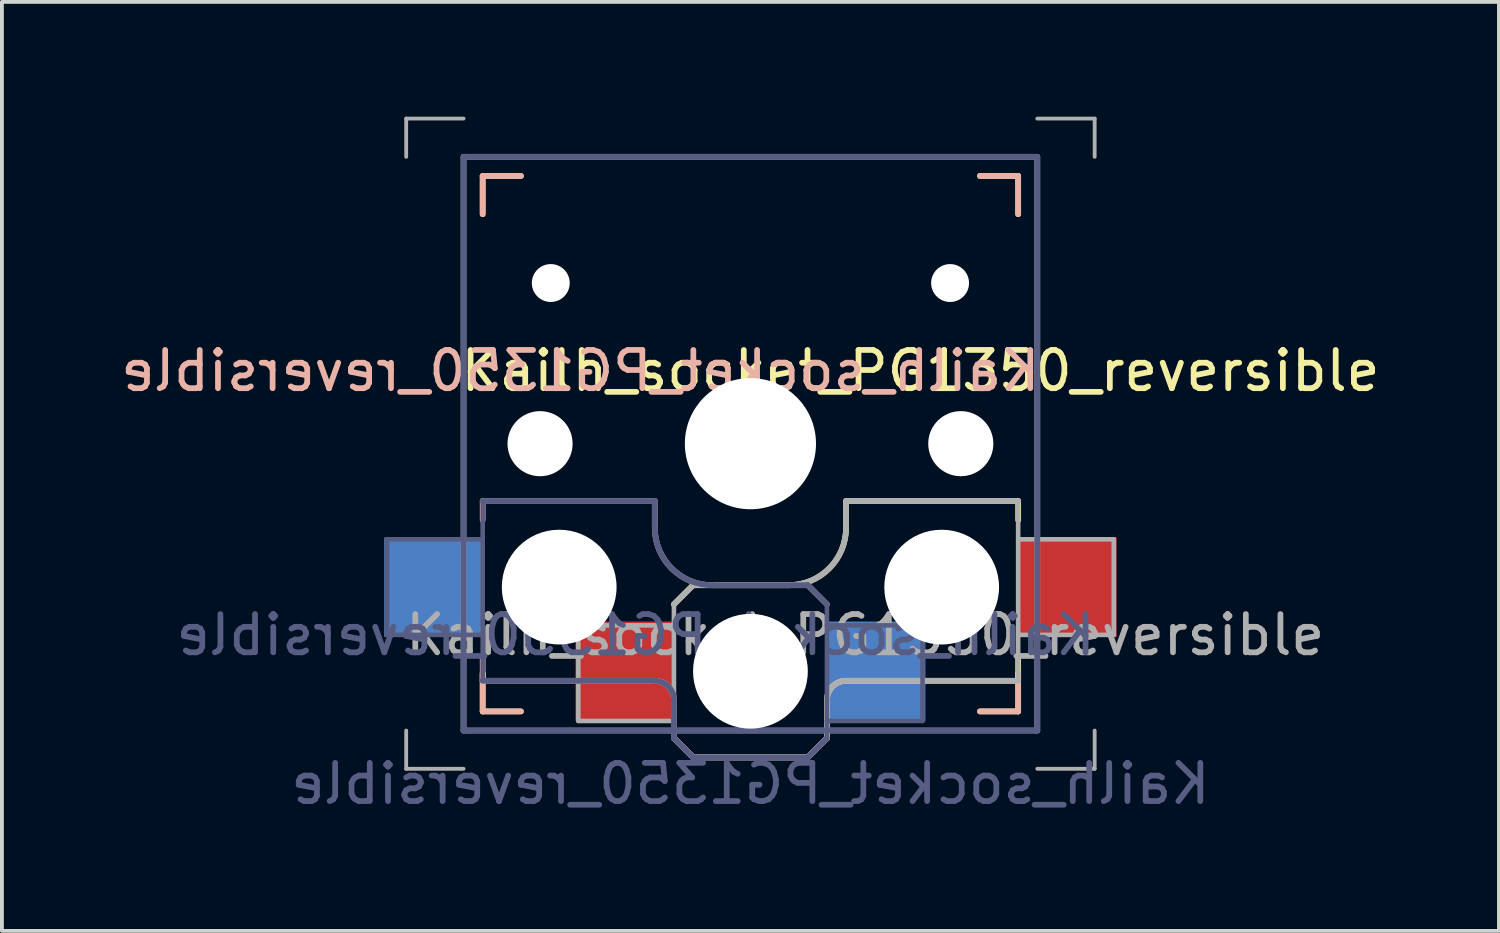
<source format=kicad_pcb>
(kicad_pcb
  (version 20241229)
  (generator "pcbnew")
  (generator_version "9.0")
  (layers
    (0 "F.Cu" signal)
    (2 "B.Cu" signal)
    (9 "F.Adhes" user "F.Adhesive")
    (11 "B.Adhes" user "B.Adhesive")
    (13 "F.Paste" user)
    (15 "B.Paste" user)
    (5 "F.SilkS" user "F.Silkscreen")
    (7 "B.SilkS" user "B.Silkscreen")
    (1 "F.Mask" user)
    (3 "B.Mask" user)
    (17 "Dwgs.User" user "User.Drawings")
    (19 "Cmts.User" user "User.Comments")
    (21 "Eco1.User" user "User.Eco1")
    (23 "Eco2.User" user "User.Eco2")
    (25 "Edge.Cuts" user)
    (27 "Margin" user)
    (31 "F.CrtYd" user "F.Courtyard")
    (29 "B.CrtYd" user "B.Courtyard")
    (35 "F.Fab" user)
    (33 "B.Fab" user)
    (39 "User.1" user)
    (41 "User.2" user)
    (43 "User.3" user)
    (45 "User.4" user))
  (footprint "Kailh_socket_PG1350_reversible"
    (layer "F.Cu")
    (at 16.57 8.55)
    (property "Reference" "Kailh_socket_PG1350_reversible" (at 4.445 -1.905 0) (layer "F.SilkS") (effects (font (size 1 1) (thickness 0.15))))
    (property "Value" "Kailh_socket_PG1350_reversible" (at 0 8.89 0) (layer "F.Fab") (hide yes) (effects (font (size 1 1) (thickness 0.15))))
    (attr smd)
    (fp_line (start -7 -7) (end -6 -7) (stroke (width 0.15) (type solid)) (layer "F.SilkS"))
    (fp_line (start -7 -6) (end -7 -7) (stroke (width 0.15) (type solid)) (layer "F.SilkS"))
    (fp_line (start -7 7) (end -7 6) (stroke (width 0.15) (type solid)) (layer "F.SilkS"))
    (fp_line (start -6 7) (end -7 7) (stroke (width 0.15) (type solid)) (layer "F.SilkS"))
    (fp_line (start -2 4.2) (end -1.5 3.7) (stroke (width 0.15) (type solid)) (layer "F.SilkS"))
    (fp_line (start -2 7.7) (end -1.5 8.2) (stroke (width 0.15) (type solid)) (layer "F.SilkS"))
    (fp_line (start -1.5 3.7) (end 1 3.7) (stroke (width 0.15) (type solid)) (layer "F.SilkS"))
    (fp_line (start -1.5 8.2) (end 1.5 8.2) (stroke (width 0.15) (type solid)) (layer "F.SilkS"))
    (fp_line (start 1.5 8.2) (end 2 7.7) (stroke (width 0.15) (type solid)) (layer "F.SilkS"))
    (fp_line (start 2 6.7) (end 2 7.7) (stroke (width 0.15) (type solid)) (layer "F.SilkS"))
    (fp_line (start 2.5 1.5) (end 7 1.5) (stroke (width 0.15) (type solid)) (layer "F.SilkS"))
    (fp_line (start 2.5 2.2) (end 2.5 1.5) (stroke (width 0.15) (type solid)) (layer "F.SilkS"))
    (fp_line (start 6 -7) (end 7 -7) (stroke (width 0.15) (type solid)) (layer "F.SilkS"))
    (fp_line (start 7 -7) (end 7 -6) (stroke (width 0.15) (type solid)) (layer "F.SilkS"))
    (fp_line (start 7 1.5) (end 7 2) (stroke (width 0.15) (type solid)) (layer "F.SilkS"))
    (fp_line (start 7 5.6) (end 7 6.2) (stroke (width 0.15) (type solid)) (layer "F.SilkS"))
    (fp_line (start 7 6) (end 7 7) (stroke (width 0.15) (type solid)) (layer "F.SilkS"))
    (fp_line (start 7 6.2) (end 2.5 6.2) (stroke (width 0.15) (type solid)) (layer "F.SilkS"))
    (fp_line (start 7 7) (end 6 7) (stroke (width 0.15) (type solid)) (layer "F.SilkS"))
    (fp_arc (start 2 6.7) (mid 2.146447 6.346447) (end 2.5 6.2) (stroke (width 0.15) (type solid)) (layer "F.SilkS"))
    (fp_arc (start 2.5 2.2) (mid 2.06066 3.26066) (end 1 3.7) (stroke (width 0.15) (type solid)) (layer "F.SilkS"))
    (fp_line (start -7 -7) (end -6 -7) (stroke (width 0.15) (type solid)) (layer "B.SilkS"))
    (fp_line (start -7 -6) (end -7 -7) (stroke (width 0.15) (type solid)) (layer "B.SilkS"))
    (fp_line (start -7 1.5) (end -7 2) (stroke (width 0.15) (type solid)) (layer "B.SilkS"))
    (fp_line (start -7 5.6) (end -7 6.2) (stroke (width 0.15) (type solid)) (layer "B.SilkS"))
    (fp_line (start -7 6.2) (end -2.5 6.2) (stroke (width 0.15) (type solid)) (layer "B.SilkS"))
    (fp_line (start -7 7) (end -7 6) (stroke (width 0.15) (type solid)) (layer "B.SilkS"))
    (fp_line (start -6 7) (end -7 7) (stroke (width 0.15) (type solid)) (layer "B.SilkS"))
    (fp_line (start -2.5 1.5) (end -7 1.5) (stroke (width 0.15) (type solid)) (layer "B.SilkS"))
    (fp_line (start -2.5 2.2) (end -2.5 1.5) (stroke (width 0.15) (type solid)) (layer "B.SilkS"))
    (fp_line (start -2 6.7) (end -2 7.7) (stroke (width 0.15) (type solid)) (layer "B.SilkS"))
    (fp_line (start -1.5 8.2) (end -2 7.7) (stroke (width 0.15) (type solid)) (layer "B.SilkS"))
    (fp_line (start 1.5 3.7) (end -1 3.7) (stroke (width 0.15) (type solid)) (layer "B.SilkS"))
    (fp_line (start 1.5 8.2) (end -1.5 8.2) (stroke (width 0.15) (type solid)) (layer "B.SilkS"))
    (fp_line (start 2 4.2) (end 1.5 3.7) (stroke (width 0.15) (type solid)) (layer "B.SilkS"))
    (fp_line (start 2 7.7) (end 1.5 8.2) (stroke (width 0.15) (type solid)) (layer "B.SilkS"))
    (fp_line (start 6 -7) (end 7 -7) (stroke (width 0.15) (type solid)) (layer "B.SilkS"))
    (fp_line (start 7 -7) (end 7 -6) (stroke (width 0.15) (type solid)) (layer "B.SilkS"))
    (fp_line (start 7 6) (end 7 7) (stroke (width 0.15) (type solid)) (layer "B.SilkS"))
    (fp_line (start 7 7) (end 6 7) (stroke (width 0.15) (type solid)) (layer "B.SilkS"))
    (fp_arc (start -2.5 6.2) (mid -2.146447 6.346447) (end -2 6.7) (stroke (width 0.15) (type solid)) (layer "B.SilkS"))
    (fp_arc (start -1 3.7) (mid -2.06066 3.26066) (end -2.5 2.2) (stroke (width 0.15) (type solid)) (layer "B.SilkS"))
    (fp_line (start -6.9 6.9) (end -6.9 -6.9) (stroke (width 0.15) (type solid)) (layer "Eco2.User"))
    (fp_line (start -6.9 6.9) (end 6.9 6.9) (stroke (width 0.15) (type solid)) (layer "Eco2.User"))
    (fp_line (start -2.6 -3.1) (end -2.6 -6.3) (stroke (width 0.15) (type solid)) (layer "Eco2.User"))
    (fp_line (start -2.6 -3.1) (end 2.6 -3.1) (stroke (width 0.15) (type solid)) (layer "Eco2.User"))
    (fp_line (start 2.6 -6.3) (end -2.6 -6.3) (stroke (width 0.15) (type solid)) (layer "Eco2.User"))
    (fp_line (start 2.6 -3.1) (end 2.6 -6.3) (stroke (width 0.15) (type solid)) (layer "Eco2.User"))
    (fp_line (start 6.9 -6.9) (end -6.9 -6.9) (stroke (width 0.15) (type solid)) (layer "Eco2.User"))
    (fp_line (start 6.9 -6.9) (end 6.9 6.9) (stroke (width 0.15) (type solid)) (layer "Eco2.User"))
    (fp_line (start -9.5 2.5) (end -7 2.5) (stroke (width 0.12) (type solid)) (layer "B.Fab"))
    (fp_line (start -9.5 5) (end -9.5 2.5) (stroke (width 0.12) (type solid)) (layer "B.Fab"))
    (fp_line (start -7.5 -7.5) (end 7.5 -7.5) (stroke (width 0.15) (type solid)) (layer "B.Fab"))
    (fp_line (start -7.5 7.5) (end -7.5 -7.5) (stroke (width 0.15) (type solid)) (layer "B.Fab"))
    (fp_line (start -7 1.5) (end -7 6.2) (stroke (width 0.12) (type solid)) (layer "B.Fab"))
    (fp_line (start -7 5) (end -9.5 5) (stroke (width 0.12) (type solid)) (layer "B.Fab"))
    (fp_line (start -7 6.2) (end -2.5 6.2) (stroke (width 0.15) (type solid)) (layer "B.Fab"))
    (fp_line (start -2.5 1.5) (end -7 1.5) (stroke (width 0.15) (type solid)) (layer "B.Fab"))
    (fp_line (start -2.5 2.2) (end -2.5 1.5) (stroke (width 0.15) (type solid)) (layer "B.Fab"))
    (fp_line (start -2 6.7) (end -2 7.7) (stroke (width 0.15) (type solid)) (layer "B.Fab"))
    (fp_line (start -1.5 8.2) (end -2 7.7) (stroke (width 0.15) (type solid)) (layer "B.Fab"))
    (fp_line (start 1.5 3.7) (end -1 3.7) (stroke (width 0.15) (type solid)) (layer "B.Fab"))
    (fp_line (start 1.5 8.2) (end -1.5 8.2) (stroke (width 0.15) (type solid)) (layer "B.Fab"))
    (fp_line (start 2 4.2) (end 1.5 3.7) (stroke (width 0.15) (type solid)) (layer "B.Fab"))
    (fp_line (start 2 4.25) (end 2 7.7) (stroke (width 0.12) (type solid)) (layer "B.Fab"))
    (fp_line (start 2 4.75) (end 4.5 4.75) (stroke (width 0.12) (type solid)) (layer "B.Fab"))
    (fp_line (start 2 7.7) (end 1.5 8.2) (stroke (width 0.15) (type solid)) (layer "B.Fab"))
    (fp_line (start 4.5 4.75) (end 4.5 7.25) (stroke (width 0.12) (type solid)) (layer "B.Fab"))
    (fp_line (start 4.5 7.25) (end 2 7.25) (stroke (width 0.12) (type solid)) (layer "B.Fab"))
    (fp_line (start 7.5 -7.5) (end 7.5 7.5) (stroke (width 0.15) (type solid)) (layer "B.Fab"))
    (fp_line (start 7.5 7.5) (end -7.5 7.5) (stroke (width 0.15) (type solid)) (layer "B.Fab"))
    (fp_arc (start -2.5 6.2) (mid -2.146447 6.346447) (end -2 6.7) (stroke (width 0.15) (type solid)) (layer "B.Fab"))
    (fp_arc (start -1 3.7) (mid -2.06066 3.26066) (end -2.5 2.2) (stroke (width 0.15) (type solid)) (layer "B.Fab"))
    (fp_line (start -9 -8.5) (end -7.5 -8.5) (stroke (width 0.1) (type solid)) (layer "F.Fab"))
    (fp_line (start -9 -7.5) (end -9 -8.5) (stroke (width 0.1) (type solid)) (layer "F.Fab"))
    (fp_line (start -9 8.5) (end -9 7.5) (stroke (width 0.1) (type solid)) (layer "F.Fab"))
    (fp_line (start -7.5 -7.5) (end 7.5 -7.5) (stroke (width 0.15) (type solid)) (layer "F.Fab"))
    (fp_line (start -7.5 7.5) (end -7.5 -7.5) (stroke (width 0.15) (type solid)) (layer "F.Fab"))
    (fp_line (start -7.5 8.5) (end -9 8.5) (stroke (width 0.1) (type solid)) (layer "F.Fab"))
    (fp_line (start -4.5 4.75) (end -4.5 7.25) (stroke (width 0.12) (type solid)) (layer "F.Fab"))
    (fp_line (start -4.5 7.25) (end -2 7.25) (stroke (width 0.12) (type solid)) (layer "F.Fab"))
    (fp_line (start -2 4.2) (end -1.5 3.7) (stroke (width 0.15) (type solid)) (layer "F.Fab"))
    (fp_line (start -2 4.25) (end -2 7.7) (stroke (width 0.12) (type solid)) (layer "F.Fab"))
    (fp_line (start -2 4.75) (end -4.5 4.75) (stroke (width 0.12) (type solid)) (layer "F.Fab"))
    (fp_line (start -2 7.7) (end -1.5 8.2) (stroke (width 0.15) (type solid)) (layer "F.Fab"))
    (fp_line (start -1.5 3.7) (end 1 3.7) (stroke (width 0.15) (type solid)) (layer "F.Fab"))
    (fp_line (start -1.5 8.2) (end 1.5 8.2) (stroke (width 0.15) (type solid)) (layer "F.Fab"))
    (fp_line (start 1.5 8.2) (end 2 7.7) (stroke (width 0.15) (type solid)) (layer "F.Fab"))
    (fp_line (start 2 6.7) (end 2 7.7) (stroke (width 0.15) (type solid)) (layer "F.Fab"))
    (fp_line (start 2.5 1.5) (end 7 1.5) (stroke (width 0.15) (type solid)) (layer "F.Fab"))
    (fp_line (start 2.5 2.2) (end 2.5 1.5) (stroke (width 0.15) (type solid)) (layer "F.Fab"))
    (fp_line (start 7 1.5) (end 7 6.2) (stroke (width 0.12) (type solid)) (layer "F.Fab"))
    (fp_line (start 7 5) (end 9.5 5) (stroke (width 0.12) (type solid)) (layer "F.Fab"))
    (fp_line (start 7 6.2) (end 2.5 6.2) (stroke (width 0.15) (type solid)) (layer "F.Fab"))
    (fp_line (start 7.5 -8.5) (end 9 -8.5) (stroke (width 0.1) (type solid)) (layer "F.Fab"))
    (fp_line (start 7.5 -7.5) (end 7.5 7.5) (stroke (width 0.15) (type solid)) (layer "F.Fab"))
    (fp_line (start 7.5 7.5) (end -7.5 7.5) (stroke (width 0.15) (type solid)) (layer "F.Fab"))
    (fp_line (start 7.5 8.5) (end 9 8.5) (stroke (width 0.1) (type solid)) (layer "F.Fab"))
    (fp_line (start 9 -8.5) (end 9 -7.5) (stroke (width 0.1) (type solid)) (layer "F.Fab"))
    (fp_line (start 9 8.5) (end 9 7.5) (stroke (width 0.1) (type solid)) (layer "F.Fab"))
    (fp_line (start 9.5 2.5) (end 7 2.5) (stroke (width 0.12) (type solid)) (layer "F.Fab"))
    (fp_line (start 9.5 5) (end 9.5 2.5) (stroke (width 0.12) (type solid)) (layer "F.Fab"))
    (fp_arc (start 2 6.7) (mid 2.146447 6.346447) (end 2.5 6.2) (stroke (width 0.15) (type solid)) (layer "F.Fab"))
    (fp_arc (start 2.5 2.2) (mid 2.06066 3.26066) (end 1 3.7) (stroke (width 0.15) (type solid)) (layer "F.Fab"))
    (fp_text user "${REFERENCE}" (at -4.445 -1.905 0) (layer "B.SilkS") (effects (font (size 1 1) (thickness 0.15)) (justify mirror)))
    (fp_text user "${VALUE}" (at 0 8.89 0) (layer "B.Fab") (effects (font (size 1 1) (thickness 0.15)) (justify mirror)))
    (fp_text user "${REFERENCE}" (at -3 5 0) (layer "B.Fab") (effects (font (size 1 1) (thickness 0.15)) (justify mirror)))
    (fp_text user "${REFERENCE}" (at 3 5 180) (layer "F.Fab") (effects (font (size 1 1) (thickness 0.15))))
    (pad "" np_thru_hole circle (at -5.5 0) (size 1.702 1.702) (drill 1.702) (layers "*.Cu" "*.Mask"))
    (pad "" np_thru_hole circle (at -5.22 -4.2) (size 0.991 0.991) (drill 0.991) (layers "*.Cu" "*.Mask"))
    (pad "" np_thru_hole circle (at -5 3.75) (size 3 3) (drill 3) (layers "*.Cu" "*.Mask"))
    (pad "" np_thru_hole circle (at 0 0) (size 3.429 3.429) (drill 3.429) (layers "*.Cu" "*.Mask"))
    (pad "" np_thru_hole circle (at 0 5.95) (size 3 3) (drill 3) (layers "*.Cu" "*.Mask"))
    (pad "" np_thru_hole circle (at 5 3.75) (size 3 3) (drill 3) (layers "*.Cu" "*.Mask"))
    (pad "" np_thru_hole circle (at 5.22 -4.2) (size 0.991 0.991) (drill 0.991) (layers "*.Cu" "*.Mask"))
    (pad "" np_thru_hole circle (at 5.5 0) (size 1.702 1.702) (drill 1.702) (layers "*.Cu" "*.Mask"))
    (pad "1" smd rect (at -3.275 5.95) (size 2.6 2.6) (layers "F.Cu" "F.Mask" "F.Paste"))
    (pad "1" smd rect (at 3.275 5.95) (size 2.6 2.6) (layers "B.Cu" "B.Mask" "B.Paste"))
    (pad "2" smd rect (at -8.275 3.75) (size 2.6 2.6) (layers "B.Cu" "B.Mask" "B.Paste"))
    (pad "2" smd rect (at 8.275 3.75) (size 2.6 2.6) (layers "F.Cu" "F.Mask" "F.Paste")))
  (gr_rect
    (start -3 -3)
    (end 36.14 21.288)
    (stroke (width 0.1) (type default))
    (fill no)
    (layer "Edge.Cuts")))
</source>
